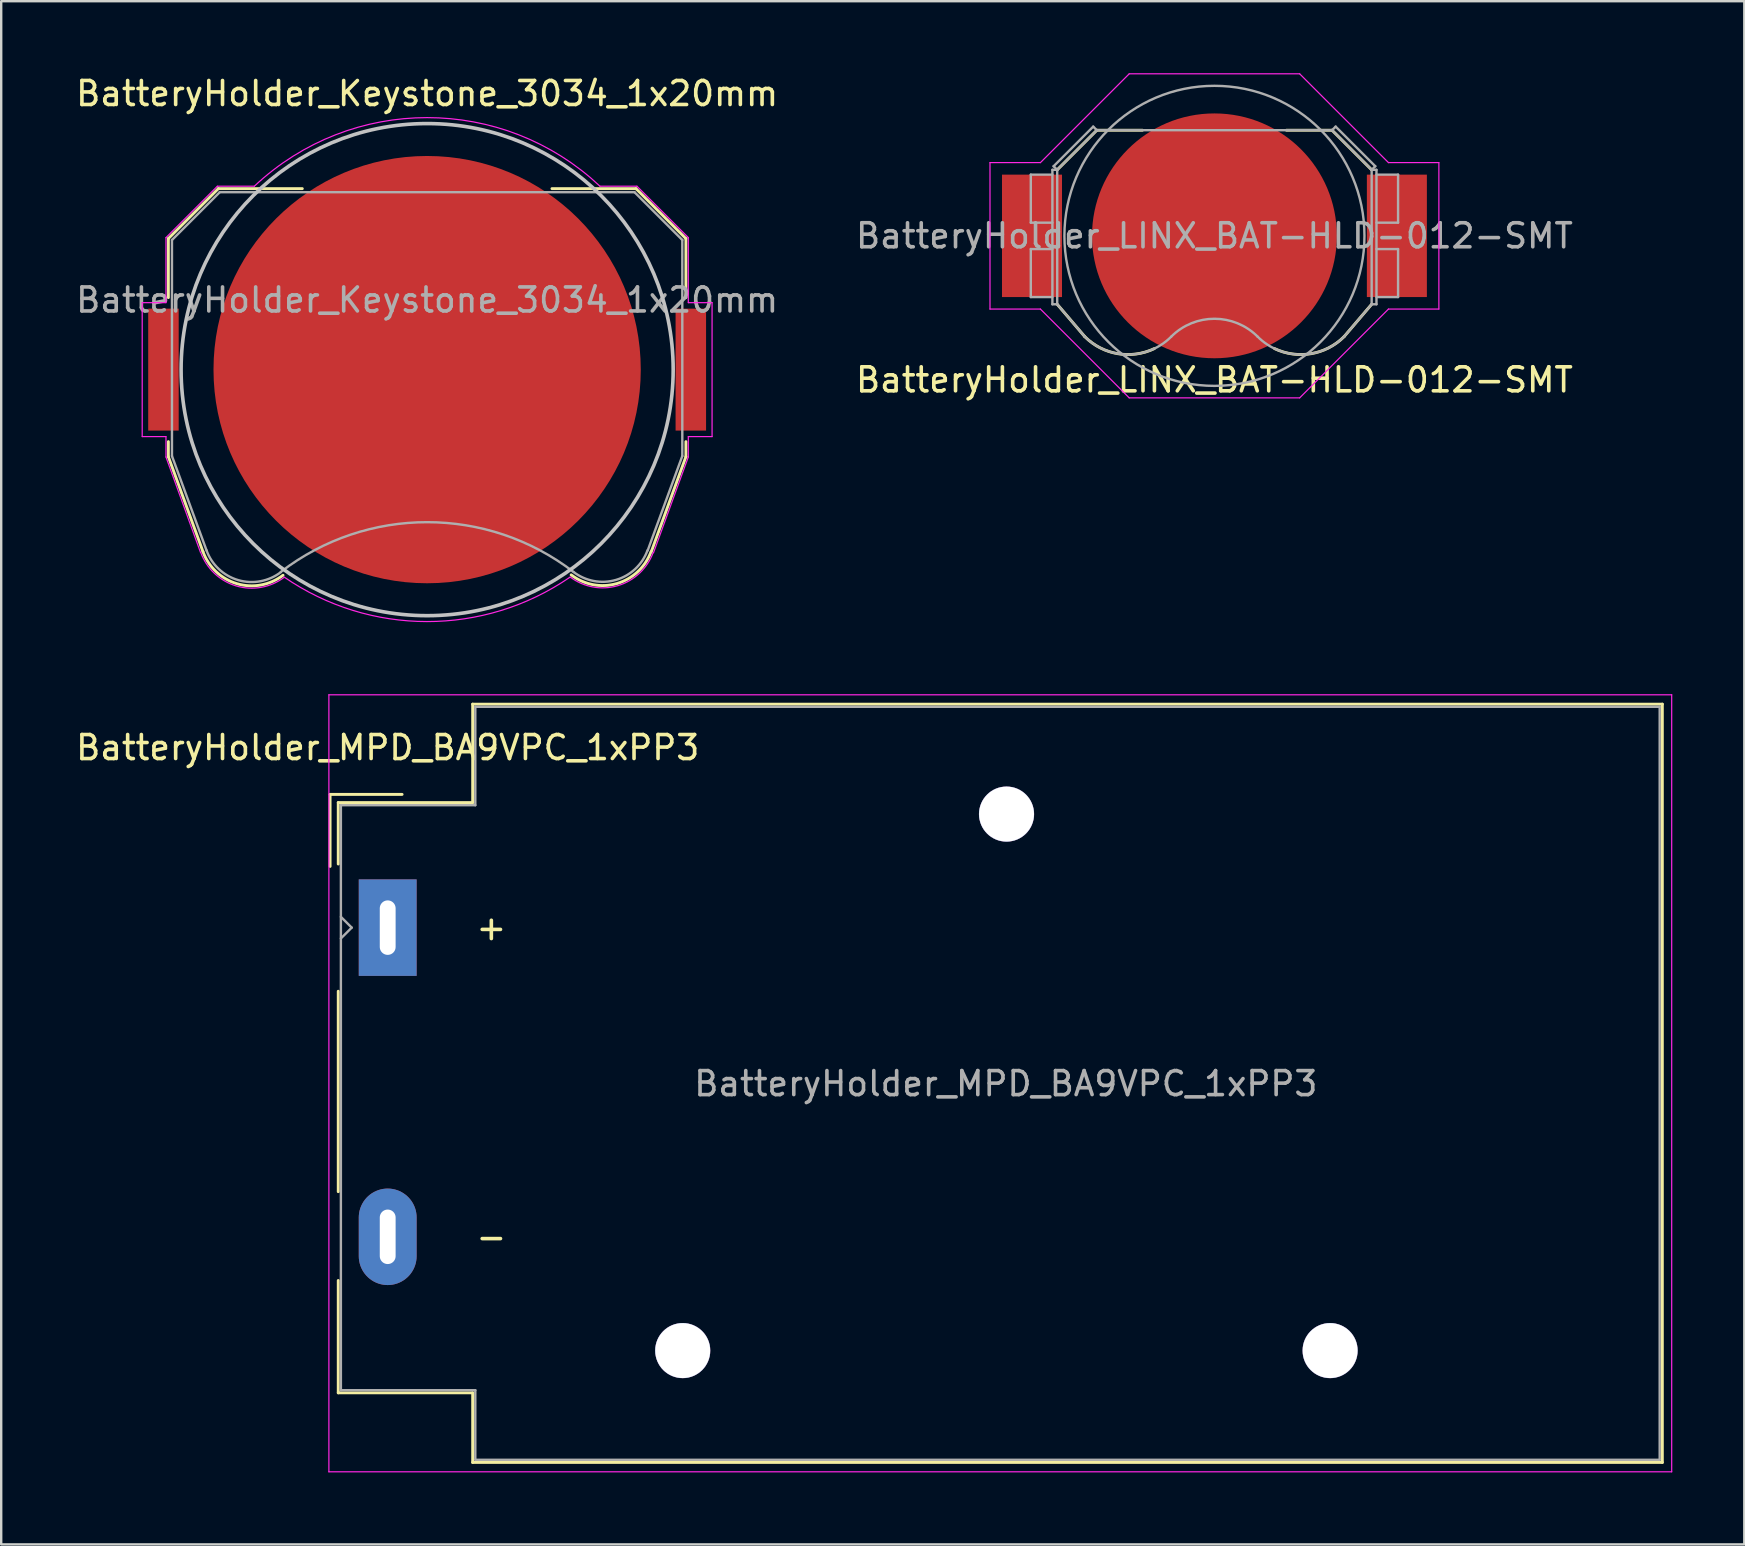
<source format=kicad_pcb>
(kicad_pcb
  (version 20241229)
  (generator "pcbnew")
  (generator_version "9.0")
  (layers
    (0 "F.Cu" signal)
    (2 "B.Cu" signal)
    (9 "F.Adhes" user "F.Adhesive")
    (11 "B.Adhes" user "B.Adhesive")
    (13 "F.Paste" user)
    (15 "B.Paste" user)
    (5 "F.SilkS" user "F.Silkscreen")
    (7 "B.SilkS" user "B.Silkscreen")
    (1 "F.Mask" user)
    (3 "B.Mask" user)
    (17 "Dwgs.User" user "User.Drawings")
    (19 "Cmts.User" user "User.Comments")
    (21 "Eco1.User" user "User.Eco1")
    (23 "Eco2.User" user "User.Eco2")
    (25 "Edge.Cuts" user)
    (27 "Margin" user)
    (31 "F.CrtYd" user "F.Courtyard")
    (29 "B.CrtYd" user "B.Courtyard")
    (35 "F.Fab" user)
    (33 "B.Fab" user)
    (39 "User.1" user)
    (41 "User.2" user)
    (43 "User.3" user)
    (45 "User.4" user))
  (footprint "BatteryHolder_LINX_BAT-HLD-012-SMT"
    (layer "F.Cu")
    (at 47.542 6.775)
    (property "Reference" "BatteryHolder_LINX_BAT-HLD-012-SMT" (at 0 6 0) (layer "F.SilkS") (effects (font (size 1 1) (thickness 0.15))))
    (attr smd)
    (fp_line (start -6.55 -2.75) (end -4.9 -4.4) (stroke (width 0.12) (type solid)) (layer "F.SilkS"))
    (fp_line (start -6.55 2.85) (end -5.4 4.2) (stroke (width 0.12) (type solid)) (layer "F.SilkS"))
    (fp_line (start -4.9 -4.4) (end -3 -4.4) (stroke (width 0.12) (type solid)) (layer "F.SilkS"))
    (fp_line (start 4.9 -4.4) (end 3 -4.4) (stroke (width 0.12) (type solid)) (layer "F.SilkS"))
    (fp_line (start 4.9 -4.4) (end 6.55 -2.75) (stroke (width 0.12) (type solid)) (layer "F.SilkS"))
    (fp_line (start 6.55 2.85) (end 5.4 4.2) (stroke (width 0.12) (type solid)) (layer "F.SilkS"))
    (fp_arc (start -2.504098 4.697607) (mid -4.031094 4.908816) (end -5.4 4.2) (stroke (width 0.12) (type solid)) (layer "F.SilkS"))
    (fp_arc (start 5.4 4.2) (mid 4.029781 4.909041) (end 2.501694 4.696459) (stroke (width 0.12) (type solid)) (layer "F.SilkS"))
    (fp_line (start -9.35 -3.05) (end -7.25 -3.05) (stroke (width 0.05) (type solid)) (layer "F.CrtYd"))
    (fp_line (start -9.35 3.05) (end -9.35 -3.05) (stroke (width 0.05) (type solid)) (layer "F.CrtYd"))
    (fp_line (start -9.35 3.05) (end -7.25 3.05) (stroke (width 0.05) (type solid)) (layer "F.CrtYd"))
    (fp_line (start -7.25 -3.05) (end -3.55 -6.75) (stroke (width 0.05) (type solid)) (layer "F.CrtYd"))
    (fp_line (start -3.55 -6.75) (end 3.55 -6.75) (stroke (width 0.05) (type solid)) (layer "F.CrtYd"))
    (fp_line (start -3.55 6.75) (end -7.25 3.05) (stroke (width 0.05) (type solid)) (layer "F.CrtYd"))
    (fp_line (start -3.55 6.75) (end 3.55 6.75) (stroke (width 0.05) (type solid)) (layer "F.CrtYd"))
    (fp_line (start 3.55 -6.75) (end 7.25 -3.05) (stroke (width 0.05) (type solid)) (layer "F.CrtYd"))
    (fp_line (start 3.55 6.75) (end 7.25 3.05) (stroke (width 0.05) (type solid)) (layer "F.CrtYd"))
    (fp_line (start 7.25 -3.05) (end 9.35 -3.05) (stroke (width 0.05) (type solid)) (layer "F.CrtYd"))
    (fp_line (start 9.35 -3.05) (end 9.35 3.05) (stroke (width 0.05) (type solid)) (layer "F.CrtYd"))
    (fp_line (start 9.35 3.05) (end 7.25 3.05) (stroke (width 0.05) (type solid)) (layer "F.CrtYd"))
    (fp_line (start -7.65 -2.55) (end -7.65 -0.55) (stroke (width 0.1) (type solid)) (layer "F.Fab"))
    (fp_line (start -7.65 -2.55) (end -6.75 -2.55) (stroke (width 0.1) (type solid)) (layer "F.Fab"))
    (fp_line (start -7.65 -0.55) (end -6.75 -0.55) (stroke (width 0.1) (type solid)) (layer "F.Fab"))
    (fp_line (start -7.65 0.55) (end -7.65 2.55) (stroke (width 0.1) (type solid)) (layer "F.Fab"))
    (fp_line (start -7.65 2.55) (end -6.75 2.55) (stroke (width 0.1) (type solid)) (layer "F.Fab"))
    (fp_line (start -6.75 -2.75) (end -6.55 -2.75) (stroke (width 0.1) (type solid)) (layer "F.Fab"))
    (fp_line (start -6.75 0.55) (end -7.65 0.55) (stroke (width 0.1) (type solid)) (layer "F.Fab"))
    (fp_line (start -6.75 2.85) (end -6.75 -2.75) (stroke (width 0.1) (type solid)) (layer "F.Fab"))
    (fp_line (start -6.75 2.85) (end -6.55 2.85) (stroke (width 0.1) (type solid)) (layer "F.Fab"))
    (fp_line (start -6.7 -2.9) (end -5.05 -4.55) (stroke (width 0.1) (type solid)) (layer "F.Fab"))
    (fp_line (start -6.55 -2.75) (end -6.7 -2.9) (stroke (width 0.1) (type solid)) (layer "F.Fab"))
    (fp_line (start -6.55 -2.75) (end -4.9 -4.4) (stroke (width 0.1) (type solid)) (layer "F.Fab"))
    (fp_line (start -6.55 2.85) (end -6.55 -2.75) (stroke (width 0.1) (type solid)) (layer "F.Fab"))
    (fp_line (start -6.55 2.85) (end -5.4 4.2) (stroke (width 0.1) (type solid)) (layer "F.Fab"))
    (fp_line (start -5.05 -4.55) (end -4.9 -4.4) (stroke (width 0.1) (type solid)) (layer "F.Fab"))
    (fp_line (start 4.9 -4.4) (end -4.9 -4.4) (stroke (width 0.1) (type solid)) (layer "F.Fab"))
    (fp_line (start 5.05 -4.55) (end 4.9 -4.4) (stroke (width 0.1) (type solid)) (layer "F.Fab"))
    (fp_line (start 6.55 -2.75) (end 4.9 -4.4) (stroke (width 0.1) (type solid)) (layer "F.Fab"))
    (fp_line (start 6.55 -2.75) (end 6.7 -2.9) (stroke (width 0.1) (type solid)) (layer "F.Fab"))
    (fp_line (start 6.55 -2.75) (end 6.75 -2.75) (stroke (width 0.1) (type solid)) (layer "F.Fab"))
    (fp_line (start 6.55 2.85) (end 5.4 4.2) (stroke (width 0.1) (type solid)) (layer "F.Fab"))
    (fp_line (start 6.55 2.85) (end 6.55 -2.75) (stroke (width 0.1) (type solid)) (layer "F.Fab"))
    (fp_line (start 6.7 -2.9) (end 5.05 -4.55) (stroke (width 0.1) (type solid)) (layer "F.Fab"))
    (fp_line (start 6.75 -0.55) (end 7.65 -0.55) (stroke (width 0.1) (type solid)) (layer "F.Fab"))
    (fp_line (start 6.75 2.55) (end 7.65 2.55) (stroke (width 0.1) (type solid)) (layer "F.Fab"))
    (fp_line (start 6.75 2.85) (end 6.55 2.85) (stroke (width 0.1) (type solid)) (layer "F.Fab"))
    (fp_line (start 6.75 2.85) (end 6.75 -2.75) (stroke (width 0.1) (type solid)) (layer "F.Fab"))
    (fp_line (start 7.65 -2.55) (end 6.75 -2.55) (stroke (width 0.1) (type solid)) (layer "F.Fab"))
    (fp_line (start 7.65 -0.55) (end 7.65 -2.55) (stroke (width 0.1) (type solid)) (layer "F.Fab"))
    (fp_line (start 7.65 0.55) (end 6.75 0.55) (stroke (width 0.1) (type solid)) (layer "F.Fab"))
    (fp_line (start 7.65 2.55) (end 7.65 0.55) (stroke (width 0.1) (type solid)) (layer "F.Fab"))
    (fp_arc (start -1.8 4.2) (mid -3.6 4.945584) (end -5.4 4.2) (stroke (width 0.1) (type solid)) (layer "F.Fab"))
    (fp_arc (start -1.8 4.2) (mid 0 3.454416) (end 1.8 4.2) (stroke (width 0.1) (type solid)) (layer "F.Fab"))
    (fp_arc (start 5.4 4.2) (mid 3.6 4.945584) (end 1.8 4.2) (stroke (width 0.1) (type solid)) (layer "F.Fab"))
    (fp_circle (center 0 0) (end -6.25 0) (stroke (width 0.1) (type solid)) (fill no) (layer "F.Fab"))
    (fp_text user "${REFERENCE}" (at 0 0 0) (layer "F.Fab") (effects (font (size 1 1) (thickness 0.15))))
    (pad "1" smd rect (at -7.6 0) (size 2.5 5.1) (layers "F.Cu" "F.Mask" "F.Paste"))
    (pad "1" smd rect (at 7.6 0) (size 2.5 5.1) (layers "F.Cu" "F.Mask" "F.Paste"))
    (pad "2" smd circle (at 0 0) (size 10.2 10.2) (layers "F.Cu" "F.Mask")))
  (footprint "BatteryHolder_MPD_BA9VPC_1xPP3"
    (layer "F.Cu")
    (at 13.101 35.594)
    (property "Reference" "BatteryHolder_MPD_BA9VPC_1xPP3" (at 0 -7.5 0) (layer "F.SilkS") (effects (font (size 1 1) (thickness 0.15))))
    (attr through_hole)
    (fp_line (start -2.4 -5.55) (end -2.4 -2.55) (stroke (width 0.12) (type solid)) (layer "F.SilkS"))
    (fp_line (start -2.4 -5.55) (end 0.6 -5.55) (stroke (width 0.12) (type solid)) (layer "F.SilkS"))
    (fp_line (start -2.06 -5.21) (end -2.06 -2.65) (stroke (width 0.12) (type solid)) (layer "F.SilkS"))
    (fp_line (start -2.06 2.65) (end -2.06 11) (stroke (width 0.12) (type solid)) (layer "F.SilkS"))
    (fp_line (start -2.06 19.38) (end -2.06 14.7) (stroke (width 0.12) (type solid)) (layer "F.SilkS"))
    (fp_line (start 3.54 -9.31) (end 3.54 -5.21) (stroke (width 0.12) (type solid)) (layer "F.SilkS"))
    (fp_line (start 3.54 -5.21) (end -2.06 -5.21) (stroke (width 0.12) (type solid)) (layer "F.SilkS"))
    (fp_line (start 3.54 19.38) (end -2.06 19.38) (stroke (width 0.12) (type solid)) (layer "F.SilkS"))
    (fp_line (start 3.54 22.28) (end 3.54 19.38) (stroke (width 0.12) (type solid)) (layer "F.SilkS"))
    (fp_line (start 53.1 -9.31) (end 3.54 -9.31) (stroke (width 0.12) (type solid)) (layer "F.SilkS"))
    (fp_line (start 53.1 22.28) (end 3.54 22.28) (stroke (width 0.12) (type solid)) (layer "F.SilkS"))
    (fp_line (start 53.1 22.28) (end 53.1 -9.31) (stroke (width 0.12) (type solid)) (layer "F.SilkS"))
    (fp_line (start -2.45 -9.7) (end -2.45 22.67) (stroke (width 0.05) (type solid)) (layer "F.CrtYd"))
    (fp_line (start -2.45 -9.7) (end 53.49 -9.7) (stroke (width 0.05) (type solid)) (layer "F.CrtYd"))
    (fp_line (start -2.45 22.67) (end 53.49 22.67) (stroke (width 0.05) (type solid)) (layer "F.CrtYd"))
    (fp_line (start 53.49 22.67) (end 53.49 -9.7) (stroke (width 0.05) (type solid)) (layer "F.CrtYd"))
    (fp_line (start -1.95 0.45) (end -1.5 0) (stroke (width 0.1) (type solid)) (layer "F.Fab"))
    (fp_line (start -1.95 19.27) (end -1.95 -5.1) (stroke (width 0.1) (type solid)) (layer "F.Fab"))
    (fp_line (start -1.5 0) (end -1.95 -0.45) (stroke (width 0.1) (type solid)) (layer "F.Fab"))
    (fp_line (start 3.65 -9.2) (end 52.99 -9.2) (stroke (width 0.1) (type solid)) (layer "F.Fab"))
    (fp_line (start 3.65 -5.1) (end -1.95 -5.1) (stroke (width 0.1) (type solid)) (layer "F.Fab"))
    (fp_line (start 3.65 -5.1) (end 3.65 -9.2) (stroke (width 0.1) (type solid)) (layer "F.Fab"))
    (fp_line (start 3.65 19.27) (end -1.95 19.27) (stroke (width 0.1) (type solid)) (layer "F.Fab"))
    (fp_line (start 3.65 22.17) (end 3.65 19.27) (stroke (width 0.1) (type solid)) (layer "F.Fab"))
    (fp_line (start 3.65 22.17) (end 52.99 22.17) (stroke (width 0.1) (type solid)) (layer "F.Fab"))
    (fp_line (start 52.99 22.17) (end 52.99 -9.2) (stroke (width 0.1) (type solid)) (layer "F.Fab"))
    (fp_text user "+" (at 3.6 0 0) (layer "F.SilkS") (effects (font (size 1 1) (thickness 0.15)) (justify left)))
    (fp_text user "-" (at 3.6 12.88 0) (layer "F.SilkS") (effects (font (size 1 1) (thickness 0.15)) (justify left)))
    (fp_text user "${REFERENCE}" (at 25.75 6.5 0) (layer "F.Fab") (effects (font (size 1 1) (thickness 0.15))))
    (pad "" np_thru_hole circle (at 12.29 17.62) (size 2.3 2.3) (drill 2.29) (layers "*.Cu" "*.Mask"))
    (pad "" np_thru_hole circle (at 25.78 -4.73) (size 2.3 2.3) (drill 2.29) (layers "*.Cu" "*.Mask"))
    (pad "" np_thru_hole circle (at 39.26 17.62) (size 2.3 2.3) (drill 2.29) (layers "*.Cu" "*.Mask"))
    (pad "1" thru_hole rect (at 0 0) (size 2.41 4.02) (drill oval 0.66 2.27) (layers "*.Cu" "*.Mask"))
    (pad "2" thru_hole oval (at 0 12.88) (size 2.41 4.02) (drill oval 0.66 2.27) (layers "*.Cu" "*.Mask")))
  (footprint "BatteryHolder_Keystone_3034_1x20mm"
    (layer "F.Cu")
    (at 14.744 12.348)
    (property "Reference" "BatteryHolder_Keystone_3034_1x20mm" (at 0 -11.5 0) (layer "F.SilkS") (effects (font (size 1 1) (thickness 0.15))))
    (attr smd)
    (fp_line (start -10.78 -5.46) (end -10.78 -3) (stroke (width 0.12) (type solid)) (layer "F.SilkS"))
    (fp_line (start -10.78 3) (end -10.78 3.63) (stroke (width 0.12) (type solid)) (layer "F.SilkS"))
    (fp_line (start -10.78 3.63) (end -9.34 7.58) (stroke (width 0.12) (type solid)) (layer "F.SilkS"))
    (fp_line (start -8.7 -7.54) (end -10.78 -5.46) (stroke (width 0.12) (type solid)) (layer "F.SilkS"))
    (fp_line (start -5.2 -7.54) (end -8.7 -7.54) (stroke (width 0.12) (type solid)) (layer "F.SilkS"))
    (fp_line (start 8.7 -7.54) (end 5.2 -7.54) (stroke (width 0.12) (type solid)) (layer "F.SilkS"))
    (fp_line (start 8.7 -7.54) (end 10.78 -5.46) (stroke (width 0.12) (type solid)) (layer "F.SilkS"))
    (fp_line (start 10.78 -5.46) (end 10.78 -3) (stroke (width 0.12) (type solid)) (layer "F.SilkS"))
    (fp_line (start 10.78 3) (end 10.78 3.63) (stroke (width 0.12) (type solid)) (layer "F.SilkS"))
    (fp_line (start 10.78 3.63) (end 9.34 7.58) (stroke (width 0.12) (type solid)) (layer "F.SilkS"))
    (fp_arc (start -6.003354 8.56653) (mid -7.921654 8.918738) (end -9.34 7.58) (stroke (width 0.12) (type solid)) (layer "F.SilkS"))
    (fp_arc (start 9.325243 7.588169) (mid 7.90634 8.911668) (end 6 8.55) (stroke (width 0.12) (type solid)) (layer "F.SilkS"))
    (fp_circle (center 0 0) (end 0 10.25) (stroke (width 0.15) (type solid)) (fill no) (layer "Dwgs.User"))
    (fp_line (start -11.87 -2.79) (end -11.87 2.79) (stroke (width 0.05) (type solid)) (layer "F.CrtYd"))
    (fp_line (start -11.87 2.79) (end -10.88 2.79) (stroke (width 0.05) (type solid)) (layer "F.CrtYd"))
    (fp_line (start -10.88 -5.5) (end -10.88 -2.79) (stroke (width 0.05) (type solid)) (layer "F.CrtYd"))
    (fp_line (start -10.88 -2.79) (end -11.87 -2.79) (stroke (width 0.05) (type solid)) (layer "F.CrtYd"))
    (fp_line (start -10.88 2.79) (end -10.88 3.64) (stroke (width 0.05) (type solid)) (layer "F.CrtYd"))
    (fp_line (start -10.88 3.64) (end -9.44 7.62) (stroke (width 0.05) (type solid)) (layer "F.CrtYd"))
    (fp_line (start -8.74 -7.64) (end -10.88 -5.5) (stroke (width 0.05) (type solid)) (layer "F.CrtYd"))
    (fp_line (start -7.2 -7.64) (end -8.74 -7.64) (stroke (width 0.05) (type solid)) (layer "F.CrtYd"))
    (fp_line (start 8.74 -7.64) (end 7.2 -7.64) (stroke (width 0.05) (type solid)) (layer "F.CrtYd"))
    (fp_line (start 9.43 7.63) (end 10.88 3.64) (stroke (width 0.05) (type solid)) (layer "F.CrtYd"))
    (fp_line (start 10.88 -5.5) (end 8.74 -7.64) (stroke (width 0.05) (type solid)) (layer "F.CrtYd"))
    (fp_line (start 10.88 -2.79) (end 10.88 -5.5) (stroke (width 0.05) (type solid)) (layer "F.CrtYd"))
    (fp_line (start 10.88 2.79) (end 11.87 2.79) (stroke (width 0.05) (type solid)) (layer "F.CrtYd"))
    (fp_line (start 10.88 3.64) (end 10.88 2.79) (stroke (width 0.05) (type solid)) (layer "F.CrtYd"))
    (fp_line (start 11.87 -2.79) (end 10.88 -2.79) (stroke (width 0.05) (type solid)) (layer "F.CrtYd"))
    (fp_line (start 11.87 2.79) (end 11.87 -2.79) (stroke (width 0.05) (type solid)) (layer "F.CrtYd"))
    (fp_arc (start -7.199546 -7.640427) (mid 0.000312 -10.498075) (end 7.2 -7.64) (stroke (width 0.05) (type solid)) (layer "F.CrtYd"))
    (fp_arc (start -5.956965 8.654604) (mid -7.953941 9.011629) (end -9.43 7.62) (stroke (width 0.05) (type solid)) (layer "F.CrtYd"))
    (fp_arc (start 5.945368 8.650075) (mid -0.008883 10.496243) (end -5.96 8.64) (stroke (width 0.05) (type solid)) (layer "F.CrtYd"))
    (fp_arc (start 9.415144 7.621341) (mid 7.944017 9.000493) (end 5.96 8.64) (stroke (width 0.05) (type solid)) (layer "F.CrtYd"))
    (fp_line (start -10.63 -5.4) (end -8.64 -7.39) (stroke (width 0.1) (type solid)) (layer "F.Fab"))
    (fp_line (start -10.63 3.6) (end -10.63 -5.4) (stroke (width 0.1) (type solid)) (layer "F.Fab"))
    (fp_line (start -9.19 7.53) (end -10.63 3.6) (stroke (width 0.1) (type solid)) (layer "F.Fab"))
    (fp_line (start -8.64 -7.39) (end 8.64 -7.39) (stroke (width 0.1) (type solid)) (layer "F.Fab"))
    (fp_line (start 8.64 -7.39) (end 10.63 -5.4) (stroke (width 0.1) (type solid)) (layer "F.Fab"))
    (fp_line (start 10.63 -5.4) (end 10.63 3.6) (stroke (width 0.1) (type solid)) (layer "F.Fab"))
    (fp_line (start 10.63 3.6) (end 9.19 7.53) (stroke (width 0.1) (type solid)) (layer "F.Fab"))
    (fp_arc (start -6.096146 8.438508) (mid -7.87328 8.768206) (end -9.19 7.53) (stroke (width 0.1) (type solid)) (layer "F.Fab"))
    (fp_arc (start -6.094852 8.426043) (mid 0.003247 6.355257) (end 6.1 8.43) (stroke (width 0.1) (type solid)) (layer "F.Fab"))
    (fp_arc (start 9.180727 7.528882) (mid 7.868698 8.760067) (end 6.1 8.43) (stroke (width 0.1) (type solid)) (layer "F.Fab"))
    (fp_text user "${REFERENCE}" (at 0 -2.9 0) (layer "F.Fab") (effects (font (size 1 1) (thickness 0.15))))
    (pad "1" smd rect (at -10.985 0) (size 1.27 5.08) (layers "F.Cu" "F.Mask" "F.Paste"))
    (pad "1" smd rect (at 10.985 0) (size 1.27 5.08) (layers "F.Cu" "F.Mask" "F.Paste"))
    (pad "2" smd circle (at 0 0) (size 17.8 17.8) (layers "F.Cu" "F.Mask")))
  (gr_rect
    (start -3 -3)
    (end 69.616 61.289)
    (stroke (width 0.1) (type default))
    (fill no)
    (layer "Edge.Cuts")))
</source>
